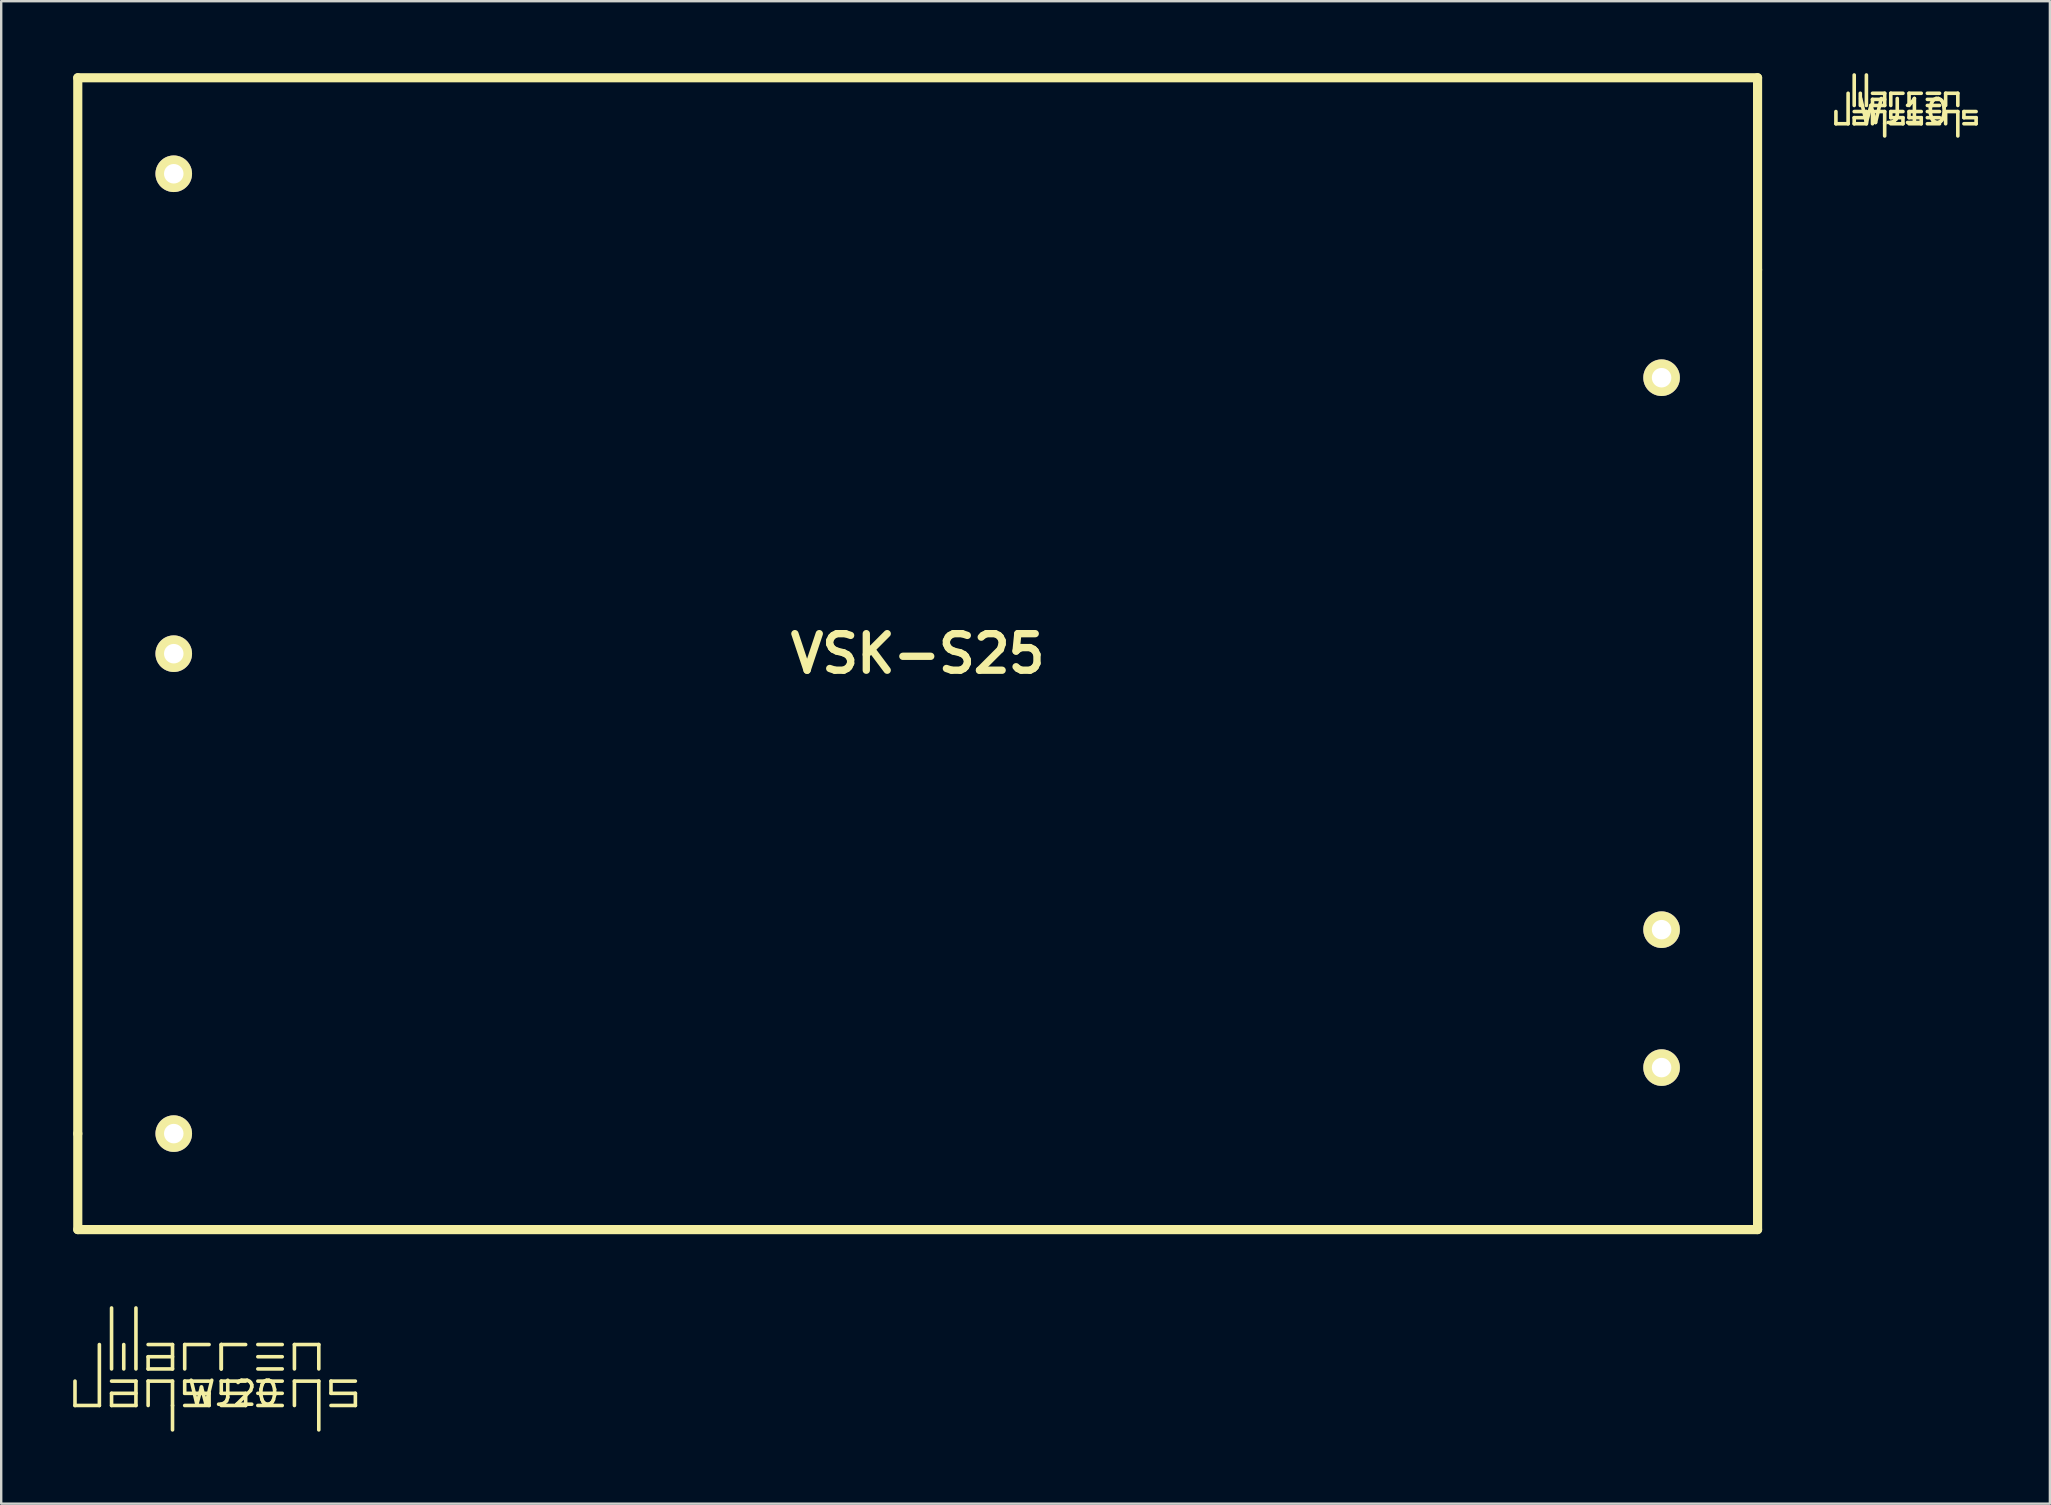
<source format=kicad_pcb>
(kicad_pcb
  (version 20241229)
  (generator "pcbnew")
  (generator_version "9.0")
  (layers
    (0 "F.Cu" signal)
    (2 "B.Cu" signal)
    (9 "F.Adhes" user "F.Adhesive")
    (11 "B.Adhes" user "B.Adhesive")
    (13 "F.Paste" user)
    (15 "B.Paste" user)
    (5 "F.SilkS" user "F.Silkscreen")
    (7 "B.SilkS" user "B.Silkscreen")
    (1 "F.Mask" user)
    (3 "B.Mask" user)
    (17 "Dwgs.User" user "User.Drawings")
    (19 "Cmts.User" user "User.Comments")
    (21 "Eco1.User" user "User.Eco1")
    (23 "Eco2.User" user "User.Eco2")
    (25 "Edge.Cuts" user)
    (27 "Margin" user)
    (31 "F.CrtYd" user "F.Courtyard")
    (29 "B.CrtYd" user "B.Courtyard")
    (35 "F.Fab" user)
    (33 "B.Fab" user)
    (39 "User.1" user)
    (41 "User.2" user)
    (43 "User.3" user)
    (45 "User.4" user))
  (footprint "VSK-S25"
    (layer "F.Cu")
    (at 35.192 24.191)
    (property "Reference" "VSK-S25" (at 0 0 0) (layer "F.SilkS") (effects (font (size 1.524 1.524) (thickness 0.305))))
    (attr through_hole)
    (fp_line (start -35.001 -24) (end 35.001 -24) (stroke (width 0.381) (type solid)) (layer "F.SilkS"))
    (fp_line (start -35.001 20) (end -35.001 -24) (stroke (width 0.381) (type solid)) (layer "F.SilkS"))
    (fp_line (start -35.001 20) (end -35.001 24) (stroke (width 0.381) (type solid)) (layer "F.SilkS"))
    (fp_line (start -35.001 24) (end 35.001 24) (stroke (width 0.381) (type solid)) (layer "F.SilkS"))
    (fp_line (start 35.001 -24) (end 35.001 -15.999) (stroke (width 0.381) (type solid)) (layer "F.SilkS"))
    (fp_line (start 35.001 24) (end 35.001 -15.999) (stroke (width 0.381) (type solid)) (layer "F.SilkS"))
    (pad "1" thru_hole circle (at -31.001 20) (size 1.524 1.524) (drill 0.813) (layers "*.Cu" "*.Mask" "F.SilkS"))
    (pad "2" thru_hole circle (at -31.001 0) (size 1.524 1.524) (drill 0.813) (layers "*.Cu" "*.Mask" "F.SilkS"))
    (pad "3" thru_hole circle (at -31.001 -20) (size 1.524 1.524) (drill 0.813) (layers "*.Cu" "*.Mask" "F.SilkS"))
    (pad "4" thru_hole circle (at 31.001 17.249) (size 1.524 1.524) (drill 0.813) (layers "*.Cu" "*.Mask" "F.SilkS"))
    (pad "5" thru_hole circle (at 31.001 11.501) (size 1.524 1.524) (drill 0.813) (layers "*.Cu" "*.Mask" "F.SilkS"))
    (pad "6" thru_hole circle (at 31.001 -11.501) (size 1.524 1.524) (drill 0.813) (layers "*.Cu" "*.Mask" "F.SilkS")))
  (footprint "WJ10"
    (layer "F.Cu")
    (at 76.252 1.599)
    (property "Reference" "WJ10" (at 0 0 0) (layer "F.SilkS") (effects (font (size 1 1) (thickness 0.15))))
    (attr through_hole)
    (fp_line (start -2.794 0.508) (end -2.794 0) (stroke (width 0.15) (type solid)) (layer "F.SilkS"))
    (fp_line (start -2.286 0.508) (end -2.794 0.508) (stroke (width 0.15) (type solid)) (layer "F.SilkS"))
    (fp_line (start -2.286 0.508) (end -2.286 -0.762) (stroke (width 0.15) (type solid)) (layer "F.SilkS"))
    (fp_line (start -2.032 -1.524) (end -2.032 -0.254) (stroke (width 0.15) (type solid)) (layer "F.SilkS"))
    (fp_line (start -2.032 0) (end -1.524 0) (stroke (width 0.15) (type solid)) (layer "F.SilkS"))
    (fp_line (start -2.032 0.254) (end -2.032 0.508) (stroke (width 0.15) (type solid)) (layer "F.SilkS"))
    (fp_line (start -2.032 0.254) (end -1.524 0.254) (stroke (width 0.15) (type solid)) (layer "F.SilkS"))
    (fp_line (start -2.032 0.508) (end -1.524 0.508) (stroke (width 0.15) (type solid)) (layer "F.SilkS"))
    (fp_line (start -1.778 -0.762) (end -1.778 -0.254) (stroke (width 0.15) (type solid)) (layer "F.SilkS"))
    (fp_line (start -1.524 -1.524) (end -1.524 -0.254) (stroke (width 0.15) (type solid)) (layer "F.SilkS"))
    (fp_line (start -1.524 0) (end -1.524 0.508) (stroke (width 0.15) (type solid)) (layer "F.SilkS"))
    (fp_line (start -1.27 -0.762) (end -0.762 -0.762) (stroke (width 0.15) (type solid)) (layer "F.SilkS"))
    (fp_line (start -1.27 -0.508) (end -0.762 -0.508) (stroke (width 0.15) (type solid)) (layer "F.SilkS"))
    (fp_line (start -1.27 -0.254) (end -1.27 -0.508) (stroke (width 0.15) (type solid)) (layer "F.SilkS"))
    (fp_line (start -1.27 0) (end -0.762 0) (stroke (width 0.15) (type solid)) (layer "F.SilkS"))
    (fp_line (start -1.27 0.508) (end -1.27 0) (stroke (width 0.15) (type solid)) (layer "F.SilkS"))
    (fp_line (start -0.762 -0.762) (end -0.762 -0.254) (stroke (width 0.15) (type solid)) (layer "F.SilkS"))
    (fp_line (start -0.762 -0.254) (end -1.27 -0.254) (stroke (width 0.15) (type solid)) (layer "F.SilkS"))
    (fp_line (start -0.762 0.508) (end -0.762 0) (stroke (width 0.15) (type solid)) (layer "F.SilkS"))
    (fp_line (start -0.762 0.508) (end -0.762 1.016) (stroke (width 0.15) (type solid)) (layer "F.SilkS"))
    (fp_line (start -0.508 -0.762) (end -0.508 -0.254) (stroke (width 0.15) (type solid)) (layer "F.SilkS"))
    (fp_line (start -0.508 -0.762) (end 0 -0.762) (stroke (width 0.15) (type solid)) (layer "F.SilkS"))
    (fp_line (start -0.508 0) (end -0.508 0.254) (stroke (width 0.15) (type solid)) (layer "F.SilkS"))
    (fp_line (start -0.508 0.254) (end 0 0.254) (stroke (width 0.15) (type solid)) (layer "F.SilkS"))
    (fp_line (start 0 0) (end -0.508 0) (stroke (width 0.15) (type solid)) (layer "F.SilkS"))
    (fp_line (start 0 0.254) (end 0 0.508) (stroke (width 0.15) (type solid)) (layer "F.SilkS"))
    (fp_line (start 0 0.508) (end -0.508 0.508) (stroke (width 0.15) (type solid)) (layer "F.SilkS"))
    (fp_line (start 0.254 -0.762) (end 0.762 -0.762) (stroke (width 0.15) (type solid)) (layer "F.SilkS"))
    (fp_line (start 0.254 -0.254) (end 0.254 -0.762) (stroke (width 0.15) (type solid)) (layer "F.SilkS"))
    (fp_line (start 0.254 0) (end 0.254 0.254) (stroke (width 0.15) (type solid)) (layer "F.SilkS"))
    (fp_line (start 0.254 0.254) (end 0.762 0.254) (stroke (width 0.15) (type solid)) (layer "F.SilkS"))
    (fp_line (start 0.762 0) (end 0.254 0) (stroke (width 0.15) (type solid)) (layer "F.SilkS"))
    (fp_line (start 0.762 0.254) (end 0.762 0.508) (stroke (width 0.15) (type solid)) (layer "F.SilkS"))
    (fp_line (start 0.762 0.508) (end 0.254 0.508) (stroke (width 0.15) (type solid)) (layer "F.SilkS"))
    (fp_line (start 1.016 -0.762) (end 1.524 -0.762) (stroke (width 0.15) (type solid)) (layer "F.SilkS"))
    (fp_line (start 1.016 -0.508) (end 1.524 -0.508) (stroke (width 0.15) (type solid)) (layer "F.SilkS"))
    (fp_line (start 1.016 -0.254) (end 1.524 -0.254) (stroke (width 0.15) (type solid)) (layer "F.SilkS"))
    (fp_line (start 1.016 0) (end 1.524 0) (stroke (width 0.15) (type solid)) (layer "F.SilkS"))
    (fp_line (start 1.016 0.254) (end 1.524 0.254) (stroke (width 0.15) (type solid)) (layer "F.SilkS"))
    (fp_line (start 1.016 0.508) (end 1.524 0.508) (stroke (width 0.15) (type solid)) (layer "F.SilkS"))
    (fp_line (start 1.778 -0.762) (end 2.286 -0.762) (stroke (width 0.15) (type solid)) (layer "F.SilkS"))
    (fp_line (start 1.778 -0.254) (end 1.778 -0.762) (stroke (width 0.15) (type solid)) (layer "F.SilkS"))
    (fp_line (start 1.778 0) (end 2.286 0) (stroke (width 0.15) (type solid)) (layer "F.SilkS"))
    (fp_line (start 1.778 0.508) (end 1.778 0) (stroke (width 0.15) (type solid)) (layer "F.SilkS"))
    (fp_line (start 2.286 -0.762) (end 2.286 -0.254) (stroke (width 0.15) (type solid)) (layer "F.SilkS"))
    (fp_line (start 2.286 0) (end 2.286 1.016) (stroke (width 0.15) (type solid)) (layer "F.SilkS"))
    (fp_line (start 2.54 0) (end 2.54 0.254) (stroke (width 0.15) (type solid)) (layer "F.SilkS"))
    (fp_line (start 2.54 0.254) (end 3.048 0.254) (stroke (width 0.15) (type solid)) (layer "F.SilkS"))
    (fp_line (start 3.048 0) (end 2.54 0) (stroke (width 0.15) (type solid)) (layer "F.SilkS"))
    (fp_line (start 3.048 0.254) (end 3.048 0.508) (stroke (width 0.15) (type solid)) (layer "F.SilkS"))
    (fp_line (start 3.048 0.508) (end 2.54 0.508) (stroke (width 0.15) (type solid)) (layer "F.SilkS")))
  (footprint "WJ20"
    (layer "F.Cu")
    (at 6.679 55.013)
    (property "Reference" "WJ20" (at 0 0 0) (layer "F.SilkS") (effects (font (size 1 1) (thickness 0.15))))
    (attr through_hole)
    (fp_line (start -6.604 -0.508) (end -6.604 0.508) (stroke (width 0.15) (type solid)) (layer "F.SilkS"))
    (fp_line (start -6.604 0.508) (end -5.588 0.508) (stroke (width 0.15) (type solid)) (layer "F.SilkS"))
    (fp_line (start -5.588 0.508) (end -5.588 -2.032) (stroke (width 0.15) (type solid)) (layer "F.SilkS"))
    (fp_line (start -5.08 -1.016) (end -5.08 -3.556) (stroke (width 0.15) (type solid)) (layer "F.SilkS"))
    (fp_line (start -5.08 -0.508) (end -4.064 -0.508) (stroke (width 0.15) (type solid)) (layer "F.SilkS"))
    (fp_line (start -5.08 0) (end -4.064 0) (stroke (width 0.15) (type solid)) (layer "F.SilkS"))
    (fp_line (start -5.08 0.508) (end -5.08 0) (stroke (width 0.15) (type solid)) (layer "F.SilkS"))
    (fp_line (start -4.572 -1.016) (end -4.572 -2.032) (stroke (width 0.15) (type solid)) (layer "F.SilkS"))
    (fp_line (start -4.064 -1.016) (end -4.064 -3.556) (stroke (width 0.15) (type solid)) (layer "F.SilkS"))
    (fp_line (start -4.064 -0.508) (end -4.064 0.508) (stroke (width 0.15) (type solid)) (layer "F.SilkS"))
    (fp_line (start -4.064 0.508) (end -5.08 0.508) (stroke (width 0.15) (type solid)) (layer "F.SilkS"))
    (fp_line (start -3.556 -2.032) (end -2.54 -2.032) (stroke (width 0.15) (type solid)) (layer "F.SilkS"))
    (fp_line (start -3.556 -1.524) (end -2.54 -1.524) (stroke (width 0.15) (type solid)) (layer "F.SilkS"))
    (fp_line (start -3.556 -1.016) (end -3.556 -1.524) (stroke (width 0.15) (type solid)) (layer "F.SilkS"))
    (fp_line (start -3.556 -0.508) (end -2.54 -0.508) (stroke (width 0.15) (type solid)) (layer "F.SilkS"))
    (fp_line (start -3.556 0.508) (end -3.556 -0.508) (stroke (width 0.15) (type solid)) (layer "F.SilkS"))
    (fp_line (start -2.54 -2.032) (end -2.54 -1.016) (stroke (width 0.15) (type solid)) (layer "F.SilkS"))
    (fp_line (start -2.54 -1.016) (end -3.556 -1.016) (stroke (width 0.15) (type solid)) (layer "F.SilkS"))
    (fp_line (start -2.54 -0.508) (end -2.54 0.508) (stroke (width 0.15) (type solid)) (layer "F.SilkS"))
    (fp_line (start -2.54 0.508) (end -2.54 1.524) (stroke (width 0.15) (type solid)) (layer "F.SilkS"))
    (fp_line (start -2.032 -2.032) (end -2.032 -1.016) (stroke (width 0.15) (type solid)) (layer "F.SilkS"))
    (fp_line (start -2.032 -2.032) (end -1.016 -2.032) (stroke (width 0.15) (type solid)) (layer "F.SilkS"))
    (fp_line (start -2.032 -0.508) (end -2.032 0) (stroke (width 0.15) (type solid)) (layer "F.SilkS"))
    (fp_line (start -2.032 0) (end -1.016 0) (stroke (width 0.15) (type solid)) (layer "F.SilkS"))
    (fp_line (start -1.016 -0.508) (end -2.032 -0.508) (stroke (width 0.15) (type solid)) (layer "F.SilkS"))
    (fp_line (start -1.016 0) (end -1.016 0.508) (stroke (width 0.15) (type solid)) (layer "F.SilkS"))
    (fp_line (start -1.016 0.508) (end -2.032 0.508) (stroke (width 0.15) (type solid)) (layer "F.SilkS"))
    (fp_line (start -0.508 -2.032) (end -0.508 -1.016) (stroke (width 0.15) (type solid)) (layer "F.SilkS"))
    (fp_line (start -0.508 -2.032) (end 0.508 -2.032) (stroke (width 0.15) (type solid)) (layer "F.SilkS"))
    (fp_line (start -0.508 -1.016) (end -0.508 -2.032) (stroke (width 0.15) (type solid)) (layer "F.SilkS"))
    (fp_line (start -0.508 -0.508) (end -0.508 0) (stroke (width 0.15) (type solid)) (layer "F.SilkS"))
    (fp_line (start -0.508 0) (end 0.508 0) (stroke (width 0.15) (type solid)) (layer "F.SilkS"))
    (fp_line (start 0.508 -0.508) (end -0.508 -0.508) (stroke (width 0.15) (type solid)) (layer "F.SilkS"))
    (fp_line (start 0.508 0) (end 0.508 0.508) (stroke (width 0.15) (type solid)) (layer "F.SilkS"))
    (fp_line (start 0.508 0.508) (end -0.508 0.508) (stroke (width 0.15) (type solid)) (layer "F.SilkS"))
    (fp_line (start 1.016 -2.032) (end 2.032 -2.032) (stroke (width 0.15) (type solid)) (layer "F.SilkS"))
    (fp_line (start 1.016 -1.524) (end 2.032 -1.524) (stroke (width 0.15) (type solid)) (layer "F.SilkS"))
    (fp_line (start 1.016 -1.016) (end 2.032 -1.016) (stroke (width 0.15) (type solid)) (layer "F.SilkS"))
    (fp_line (start 1.016 -0.508) (end 2.032 -0.508) (stroke (width 0.15) (type solid)) (layer "F.SilkS"))
    (fp_line (start 1.016 0) (end 2.032 0) (stroke (width 0.15) (type solid)) (layer "F.SilkS"))
    (fp_line (start 1.016 0.508) (end 2.032 0.508) (stroke (width 0.15) (type solid)) (layer "F.SilkS"))
    (fp_line (start 2.54 -2.032) (end 3.556 -2.032) (stroke (width 0.15) (type solid)) (layer "F.SilkS"))
    (fp_line (start 2.54 -1.016) (end 2.54 -2.032) (stroke (width 0.15) (type solid)) (layer "F.SilkS"))
    (fp_line (start 2.54 -0.508) (end 3.556 -0.508) (stroke (width 0.15) (type solid)) (layer "F.SilkS"))
    (fp_line (start 2.54 0.508) (end 2.54 -0.508) (stroke (width 0.15) (type solid)) (layer "F.SilkS"))
    (fp_line (start 3.556 -2.032) (end 3.556 -1.016) (stroke (width 0.15) (type solid)) (layer "F.SilkS"))
    (fp_line (start 3.556 -0.508) (end 3.556 1.524) (stroke (width 0.15) (type solid)) (layer "F.SilkS"))
    (fp_line (start 4.064 -0.508) (end 4.064 0) (stroke (width 0.15) (type solid)) (layer "F.SilkS"))
    (fp_line (start 4.064 0) (end 5.08 0) (stroke (width 0.15) (type solid)) (layer "F.SilkS"))
    (fp_line (start 5.08 -0.508) (end 4.064 -0.508) (stroke (width 0.15) (type solid)) (layer "F.SilkS"))
    (fp_line (start 5.08 0) (end 5.08 0.508) (stroke (width 0.15) (type solid)) (layer "F.SilkS"))
    (fp_line (start 5.08 0.508) (end 4.064 0.508) (stroke (width 0.15) (type solid)) (layer "F.SilkS")))
  (gr_rect
    (start -3 -3)
    (end 82.375 59.612)
    (stroke (width 0.1) (type default))
    (fill no)
    (layer "Edge.Cuts")))
</source>
